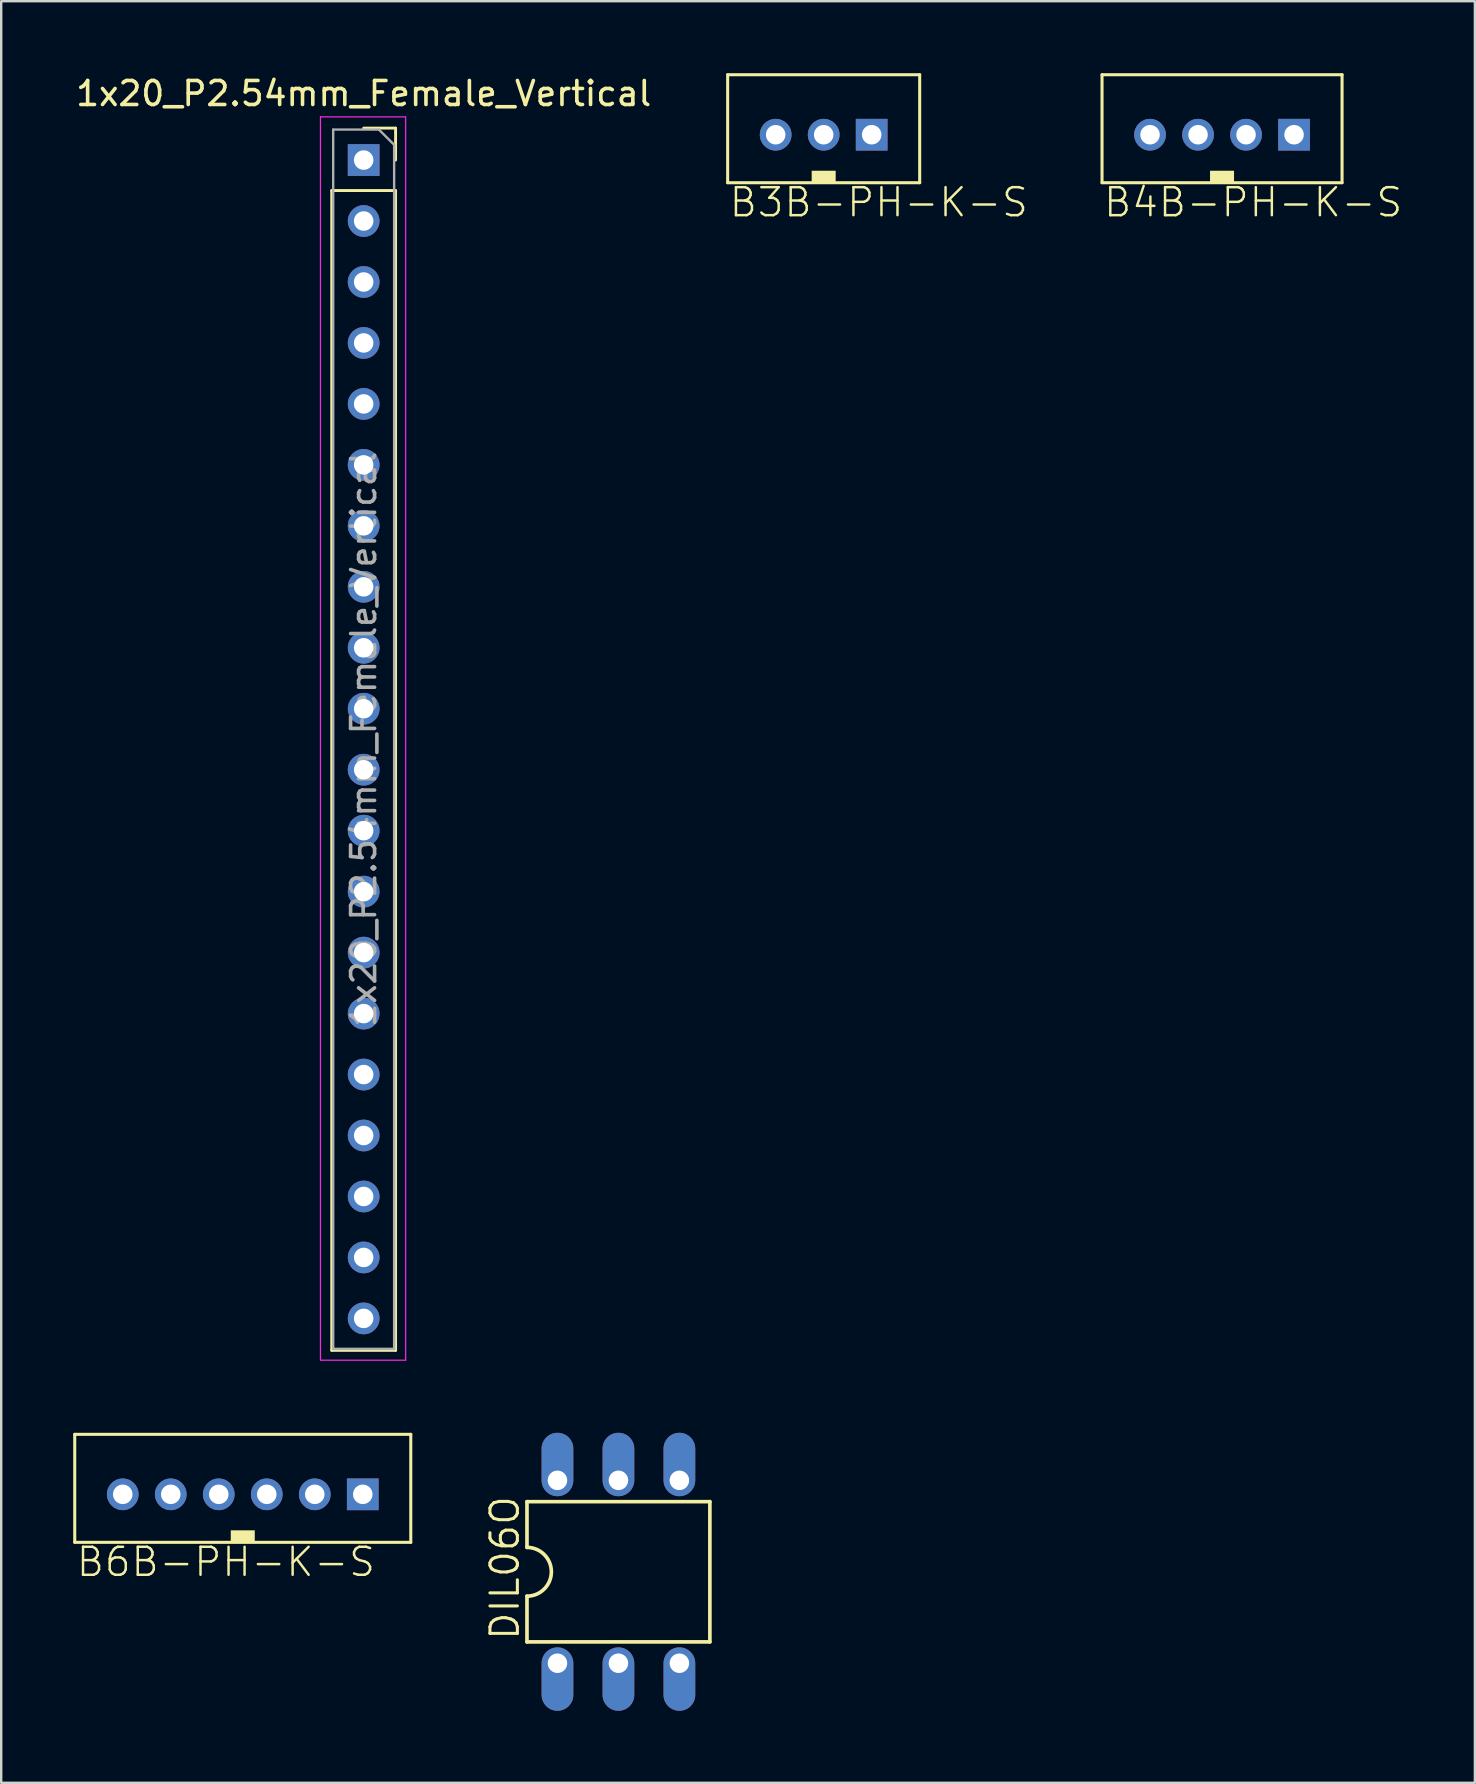
<source format=kicad_pcb>
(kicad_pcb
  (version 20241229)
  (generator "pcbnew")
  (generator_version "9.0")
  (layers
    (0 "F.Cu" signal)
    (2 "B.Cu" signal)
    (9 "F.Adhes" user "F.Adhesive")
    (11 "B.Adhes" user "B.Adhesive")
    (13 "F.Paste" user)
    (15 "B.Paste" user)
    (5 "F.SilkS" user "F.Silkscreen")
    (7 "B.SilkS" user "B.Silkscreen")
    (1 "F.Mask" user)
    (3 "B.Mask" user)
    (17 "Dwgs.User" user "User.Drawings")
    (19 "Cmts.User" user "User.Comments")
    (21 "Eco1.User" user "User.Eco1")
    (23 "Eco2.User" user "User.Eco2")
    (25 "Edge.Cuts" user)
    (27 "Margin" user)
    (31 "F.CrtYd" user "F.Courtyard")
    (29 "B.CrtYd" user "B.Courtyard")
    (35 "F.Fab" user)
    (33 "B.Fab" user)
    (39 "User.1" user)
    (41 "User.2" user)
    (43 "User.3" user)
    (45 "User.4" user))
  (footprint "DIL06O"
    (layer "F.Cu")
    (at 22.715 62.434)
    (property "Reference" "DIL06O" (at -4.064 2.921 90) (layer "F.SilkS") (effects (font (size 1.143 1.143) (thickness 0.127)) (justify left bottom)))
    (attr through_hole)
    (fp_line (start -3.81 -2.921) (end -3.81 -1.016) (stroke (width 0.152) (type solid)) (layer "F.SilkS"))
    (fp_line (start -3.81 2.921) (end -3.81 1.016) (stroke (width 0.152) (type solid)) (layer "F.SilkS"))
    (fp_line (start -3.81 2.921) (end 3.81 2.921) (stroke (width 0.152) (type solid)) (layer "F.SilkS"))
    (fp_line (start 3.81 -2.921) (end -3.81 -2.921) (stroke (width 0.152) (type solid)) (layer "F.SilkS"))
    (fp_line (start 3.81 -2.921) (end 3.81 2.921) (stroke (width 0.152) (type solid)) (layer "F.SilkS"))
    (fp_arc (start -3.81 -1.016) (mid -2.794 0) (end -3.81 1.016) (stroke (width 0.1524) (type solid)) (layer "F.SilkS"))
    (pad "1" thru_hole oval (at -2.54 3.81 270) (size 2.642 1.321) (drill 0.813 (offset 0.66 0)) (layers "*.Cu" "*.Mask"))
    (pad "2" thru_hole oval (at 0 3.81 270) (size 2.642 1.321) (drill 0.813 (offset 0.66 0)) (layers "*.Cu" "*.Mask"))
    (pad "3" thru_hole oval (at 2.54 3.81 270) (size 2.642 1.321) (drill 0.813 (offset 0.66 0)) (layers "*.Cu" "*.Mask"))
    (pad "4" thru_hole oval (at 2.54 -3.81 90) (size 2.642 1.321) (drill 0.813 (offset 0.66 0)) (layers "*.Cu" "*.Mask"))
    (pad "5" thru_hole oval (at 0 -3.81 90) (size 2.642 1.321) (drill 0.813 (offset 0.66 0)) (layers "*.Cu" "*.Mask"))
    (pad "6" thru_hole oval (at -2.54 -3.81 90) (size 2.642 1.321) (drill 0.813 (offset 0.66 0)) (layers "*.Cu" "*.Mask")))
  (footprint "B6B-PH-K-S"
    (layer "F.Cu")
    (at 7.064 59.207)
    (property "Reference" "B6B-PH-K-S" (at -7 3.5 0) (layer "F.SilkS") (effects (font (size 1.168 1.168) (thickness 0.102)) (justify left bottom)))
    (attr through_hole)
    (fp_line (start -7 -2.5) (end 7 -2.5) (stroke (width 0.127) (type solid)) (layer "F.SilkS"))
    (fp_line (start -7 2) (end -7 -2.5) (stroke (width 0.127) (type solid)) (layer "F.SilkS"))
    (fp_line (start -7 2) (end 7 2) (stroke (width 0.127) (type solid)) (layer "F.SilkS"))
    (fp_line (start 7 2) (end 7 -2.5) (stroke (width 0.127) (type solid)) (layer "F.SilkS"))
    (fp_poly (pts (xy -0.5 2) (xy 0.5 2) (xy 0.5 1.5) (xy -0.5 1.5)) (stroke (width 0) (type default)) (fill yes) (layer "F.SilkS"))
    (pad "1" thru_hole rect (at 5 0) (size 1.321 1.321) (drill 0.813) (layers "*.Cu" "*.Mask"))
    (pad "2" thru_hole circle (at 3 0) (size 1.321 1.321) (drill 0.813) (layers "*.Cu" "*.Mask"))
    (pad "3" thru_hole circle (at 1 0) (size 1.321 1.321) (drill 0.813) (layers "*.Cu" "*.Mask"))
    (pad "4" thru_hole circle (at -1 0) (size 1.321 1.321) (drill 0.813) (layers "*.Cu" "*.Mask"))
    (pad "5" thru_hole circle (at -3 0) (size 1.321 1.321) (drill 0.813) (layers "*.Cu" "*.Mask"))
    (pad "6" thru_hole circle (at -5 0) (size 1.321 1.321) (drill 0.813) (layers "*.Cu" "*.Mask")))
  (footprint "B4B-PH-K-S"
    (layer "F.Cu")
    (at 47.863 2.563)
    (property "Reference" "B4B-PH-K-S" (at -5 3.5 0) (layer "F.SilkS") (effects (font (size 1.168 1.168) (thickness 0.102)) (justify left bottom)))
    (attr through_hole)
    (fp_line (start -5 -2.5) (end 5 -2.5) (stroke (width 0.127) (type solid)) (layer "F.SilkS"))
    (fp_line (start -5 2) (end -5 -2.5) (stroke (width 0.127) (type solid)) (layer "F.SilkS"))
    (fp_line (start -5 2) (end 5 2) (stroke (width 0.127) (type solid)) (layer "F.SilkS"))
    (fp_line (start 5 2) (end 5 -2.5) (stroke (width 0.127) (type solid)) (layer "F.SilkS"))
    (fp_poly (pts (xy -0.5 2) (xy 0.5 2) (xy 0.5 1.5) (xy -0.5 1.5)) (stroke (width 0) (type default)) (fill yes) (layer "F.SilkS"))
    (pad "1" thru_hole rect (at 3 0) (size 1.321 1.321) (drill 0.813) (layers "*.Cu" "*.Mask"))
    (pad "2" thru_hole circle (at 1 0) (size 1.321 1.321) (drill 0.813) (layers "*.Cu" "*.Mask"))
    (pad "3" thru_hole circle (at -1 0) (size 1.321 1.321) (drill 0.813) (layers "*.Cu" "*.Mask"))
    (pad "4" thru_hole circle (at -3 0) (size 1.321 1.321) (drill 0.813) (layers "*.Cu" "*.Mask")))
  (footprint "B3B-PH-K-S"
    (layer "F.Cu")
    (at 31.266 2.563)
    (property "Reference" "B3B-PH-K-S" (at -4 3.5 0) (layer "F.SilkS") (effects (font (size 1.168 1.168) (thickness 0.102)) (justify left bottom)))
    (attr through_hole)
    (fp_line (start -4 -2.5) (end 4 -2.5) (stroke (width 0.127) (type solid)) (layer "F.SilkS"))
    (fp_line (start -4 2) (end -4 -2.5) (stroke (width 0.127) (type solid)) (layer "F.SilkS"))
    (fp_line (start -4 2) (end 4 2) (stroke (width 0.127) (type solid)) (layer "F.SilkS"))
    (fp_line (start 4 2) (end 4 -2.5) (stroke (width 0.127) (type solid)) (layer "F.SilkS"))
    (fp_poly (pts (xy -0.5 2) (xy 0.5 2) (xy 0.5 1.5) (xy -0.5 1.5)) (stroke (width 0) (type default)) (fill yes) (layer "F.SilkS"))
    (pad "1" thru_hole rect (at 2 0) (size 1.321 1.321) (drill 0.813) (layers "*.Cu" "*.Mask"))
    (pad "2" thru_hole circle (at 0 0) (size 1.321 1.321) (drill 0.813) (layers "*.Cu" "*.Mask"))
    (pad "3" thru_hole circle (at -2 0) (size 1.321 1.321) (drill 0.813) (layers "*.Cu" "*.Mask")))
  (footprint "1x20_P2.54mm_Female_Vertical"
    (layer "F.Cu")
    (at 12.101 3.618)
    (property "Reference" "1x20_P2.54mm_Female_Vertical" (at 0 -2.77 0) (layer "F.SilkS") (effects (font (size 1 1) (thickness 0.15))))
    (attr through_hole)
    (fp_line (start -1.33 1.27) (end -1.33 49.59) (stroke (width 0.12) (type solid)) (layer "F.SilkS"))
    (fp_line (start -1.33 1.27) (end 1.33 1.27) (stroke (width 0.12) (type solid)) (layer "F.SilkS"))
    (fp_line (start -1.33 49.59) (end 1.33 49.59) (stroke (width 0.12) (type solid)) (layer "F.SilkS"))
    (fp_line (start 0 -1.33) (end 1.33 -1.33) (stroke (width 0.12) (type solid)) (layer "F.SilkS"))
    (fp_line (start 1.33 -1.33) (end 1.33 0) (stroke (width 0.12) (type solid)) (layer "F.SilkS"))
    (fp_line (start 1.33 1.27) (end 1.33 49.59) (stroke (width 0.12) (type solid)) (layer "F.SilkS"))
    (fp_line (start -1.8 -1.8) (end 1.75 -1.8) (stroke (width 0.05) (type solid)) (layer "F.CrtYd"))
    (fp_line (start -1.8 50) (end -1.8 -1.8) (stroke (width 0.05) (type solid)) (layer "F.CrtYd"))
    (fp_line (start 1.75 -1.8) (end 1.75 50) (stroke (width 0.05) (type solid)) (layer "F.CrtYd"))
    (fp_line (start 1.75 50) (end -1.8 50) (stroke (width 0.05) (type solid)) (layer "F.CrtYd"))
    (fp_line (start -1.27 -1.27) (end 0.635 -1.27) (stroke (width 0.1) (type solid)) (layer "F.Fab"))
    (fp_line (start -1.27 49.53) (end -1.27 -1.27) (stroke (width 0.1) (type solid)) (layer "F.Fab"))
    (fp_line (start 0.635 -1.27) (end 1.27 -0.635) (stroke (width 0.1) (type solid)) (layer "F.Fab"))
    (fp_line (start 1.27 -0.635) (end 1.27 49.53) (stroke (width 0.1) (type solid)) (layer "F.Fab"))
    (fp_line (start 1.27 49.53) (end -1.27 49.53) (stroke (width 0.1) (type solid)) (layer "F.Fab"))
    (fp_text user "${REFERENCE}" (at 0 24.13 90) (layer "F.Fab") (effects (font (size 1 1) (thickness 0.15))))
    (pad "1" thru_hole rect (at 0 0) (size 1.321 1.321) (drill 0.813) (layers "*.Cu" "*.Mask"))
    (pad "2" thru_hole oval (at 0 2.54) (size 1.321 1.321) (drill 0.813) (layers "*.Cu" "*.Mask"))
    (pad "3" thru_hole oval (at 0 5.08) (size 1.321 1.321) (drill 0.813) (layers "*.Cu" "*.Mask"))
    (pad "4" thru_hole oval (at 0 7.62) (size 1.321 1.321) (drill 0.813) (layers "*.Cu" "*.Mask"))
    (pad "5" thru_hole oval (at 0 10.16) (size 1.321 1.321) (drill 0.813) (layers "*.Cu" "*.Mask"))
    (pad "6" thru_hole oval (at 0 12.7) (size 1.321 1.321) (drill 0.813) (layers "*.Cu" "*.Mask"))
    (pad "7" thru_hole oval (at 0 15.24) (size 1.321 1.321) (drill 0.813) (layers "*.Cu" "*.Mask"))
    (pad "8" thru_hole oval (at 0 17.78) (size 1.321 1.321) (drill 0.813) (layers "*.Cu" "*.Mask"))
    (pad "9" thru_hole oval (at 0 20.32) (size 1.321 1.321) (drill 0.813) (layers "*.Cu" "*.Mask"))
    (pad "10" thru_hole oval (at 0 22.86) (size 1.321 1.321) (drill 0.813) (layers "*.Cu" "*.Mask"))
    (pad "11" thru_hole oval (at 0 25.4) (size 1.321 1.321) (drill 0.813) (layers "*.Cu" "*.Mask"))
    (pad "12" thru_hole oval (at 0 27.94) (size 1.321 1.321) (drill 0.813) (layers "*.Cu" "*.Mask"))
    (pad "13" thru_hole oval (at 0 30.48) (size 1.321 1.321) (drill 0.813) (layers "*.Cu" "*.Mask"))
    (pad "14" thru_hole oval (at 0 33.02) (size 1.321 1.321) (drill 0.813) (layers "*.Cu" "*.Mask"))
    (pad "15" thru_hole oval (at 0 35.56) (size 1.321 1.321) (drill 0.813) (layers "*.Cu" "*.Mask"))
    (pad "16" thru_hole oval (at 0 38.1) (size 1.321 1.321) (drill 0.813) (layers "*.Cu" "*.Mask"))
    (pad "17" thru_hole oval (at 0 40.64) (size 1.321 1.321) (drill 0.813) (layers "*.Cu" "*.Mask"))
    (pad "18" thru_hole oval (at 0 43.18) (size 1.321 1.321) (drill 0.813) (layers "*.Cu" "*.Mask"))
    (pad "19" thru_hole oval (at 0 45.72) (size 1.321 1.321) (drill 0.813) (layers "*.Cu" "*.Mask"))
    (pad "20" thru_hole oval (at 0 48.26) (size 1.321 1.321) (drill 0.813) (layers "*.Cu" "*.Mask")))
  (gr_rect
    (start -3 -3)
    (end 58.397 71.226)
    (stroke (width 0.1) (type default))
    (fill no)
    (layer "Edge.Cuts")))
</source>
